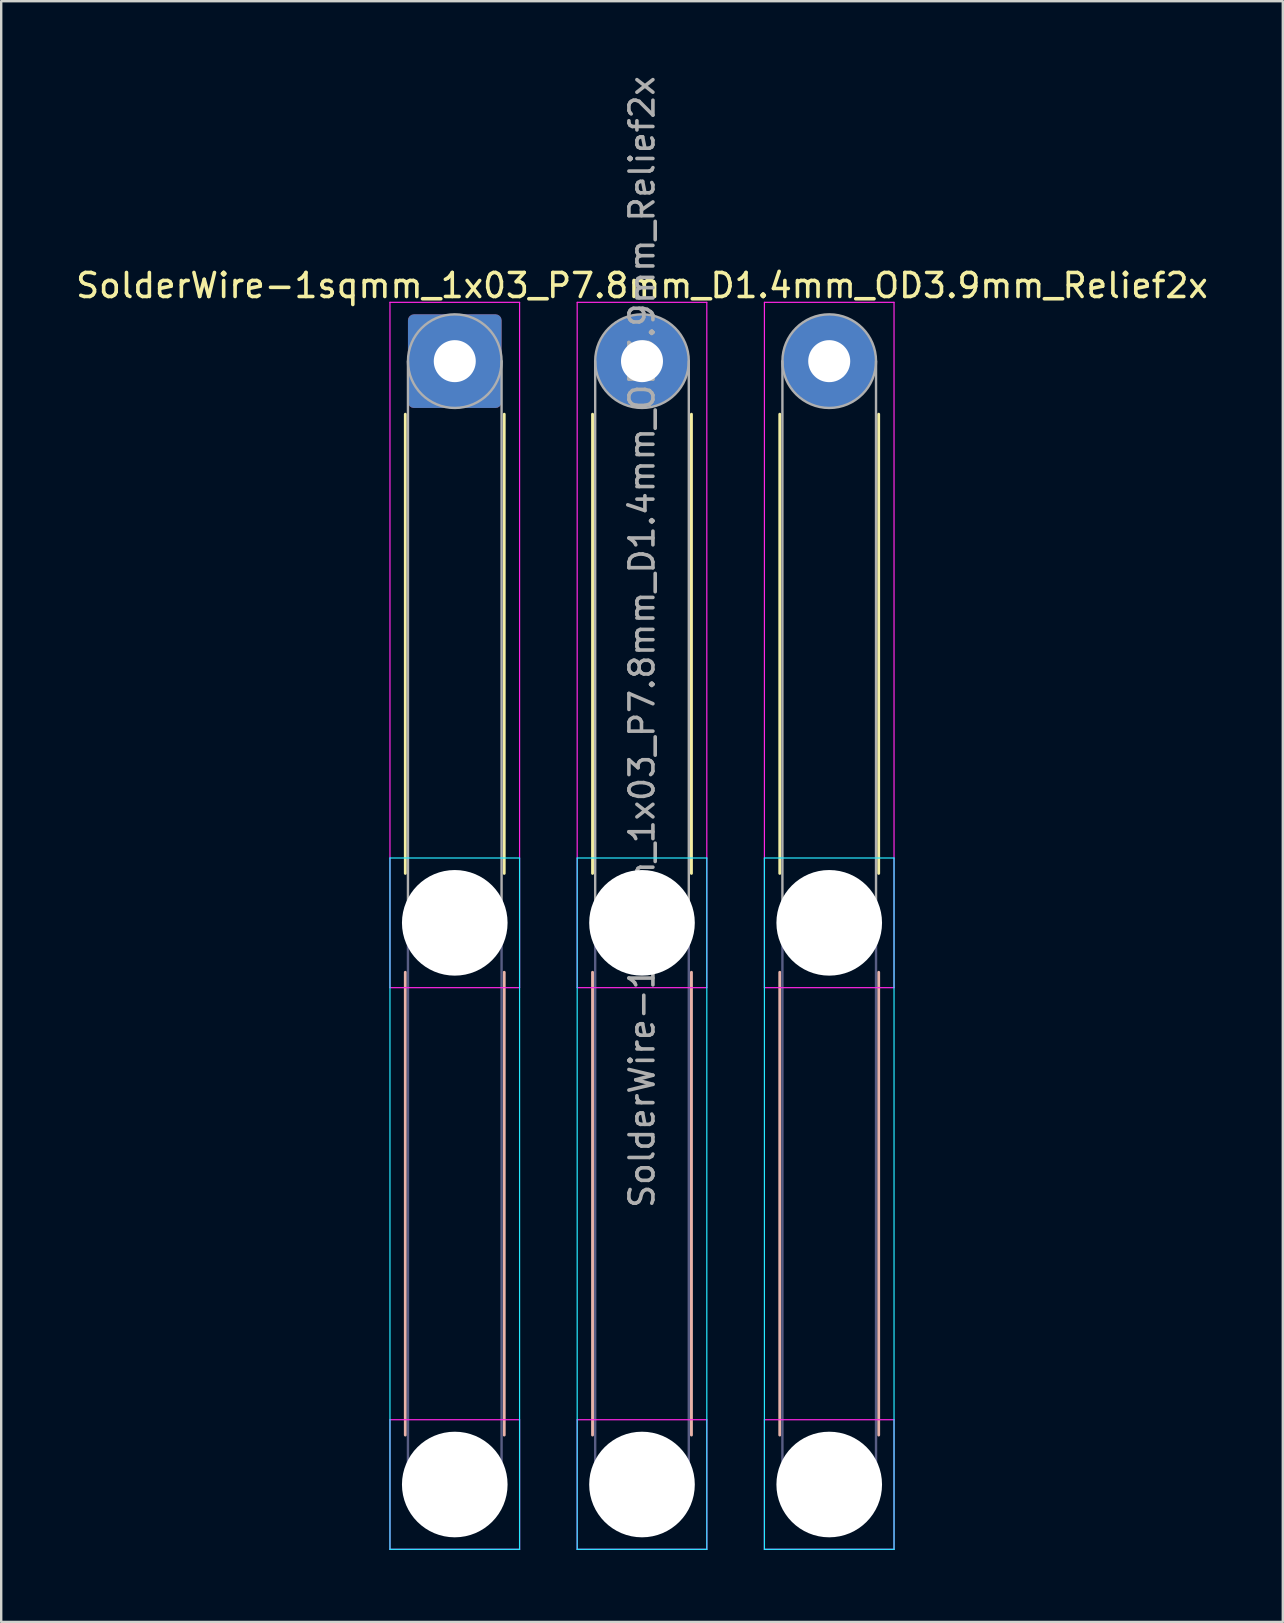
<source format=kicad_pcb>
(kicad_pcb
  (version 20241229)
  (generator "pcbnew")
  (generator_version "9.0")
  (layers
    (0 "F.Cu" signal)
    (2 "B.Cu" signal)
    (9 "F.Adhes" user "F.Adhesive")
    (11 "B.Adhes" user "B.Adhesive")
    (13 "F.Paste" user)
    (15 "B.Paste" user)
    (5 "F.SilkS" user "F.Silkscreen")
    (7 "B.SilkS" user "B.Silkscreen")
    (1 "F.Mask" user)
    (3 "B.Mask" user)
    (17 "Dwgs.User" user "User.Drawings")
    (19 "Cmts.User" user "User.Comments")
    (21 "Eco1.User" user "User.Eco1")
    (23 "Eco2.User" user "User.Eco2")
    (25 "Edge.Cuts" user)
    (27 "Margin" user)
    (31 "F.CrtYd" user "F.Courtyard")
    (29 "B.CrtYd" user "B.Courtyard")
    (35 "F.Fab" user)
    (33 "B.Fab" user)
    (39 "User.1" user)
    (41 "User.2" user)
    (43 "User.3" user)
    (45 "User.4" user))
  (footprint "SolderWire-1sqmm_1x03_P7.8mm_D1.4mm_OD3.9mm_Relief2x"
    (layer "F.Cu")
    (at 15.896 11.996)
    (property "Reference" "SolderWire-1sqmm_1x03_P7.8mm_D1.4mm_OD3.9mm_Relief2x" (at 7.8 -3.15 0) (layer "F.SilkS") (effects (font (size 1 1) (thickness 0.15))))
    (attr exclude_from_pos_files exclude_from_bom)
    (fp_line (start -2.06 2.21) (end -2.06 21.34) (stroke (width 0.12) (type solid)) (layer "F.SilkS"))
    (fp_line (start 2.06 2.21) (end 2.06 21.34) (stroke (width 0.12) (type solid)) (layer "F.SilkS"))
    (fp_line (start 5.74 2.21) (end 5.74 21.34) (stroke (width 0.12) (type solid)) (layer "F.SilkS"))
    (fp_line (start 9.86 2.21) (end 9.86 21.34) (stroke (width 0.12) (type solid)) (layer "F.SilkS"))
    (fp_line (start 13.54 2.21) (end 13.54 21.34) (stroke (width 0.12) (type solid)) (layer "F.SilkS"))
    (fp_line (start 17.66 2.21) (end 17.66 21.34) (stroke (width 0.12) (type solid)) (layer "F.SilkS"))
    (fp_line (start -2.06 25.46) (end -2.06 44.74) (stroke (width 0.12) (type solid)) (layer "B.SilkS"))
    (fp_line (start 2.06 25.46) (end 2.06 44.74) (stroke (width 0.12) (type solid)) (layer "B.SilkS"))
    (fp_line (start 5.74 25.46) (end 5.74 44.74) (stroke (width 0.12) (type solid)) (layer "B.SilkS"))
    (fp_line (start 9.86 25.46) (end 9.86 44.74) (stroke (width 0.12) (type solid)) (layer "B.SilkS"))
    (fp_line (start 13.54 25.46) (end 13.54 44.74) (stroke (width 0.12) (type solid)) (layer "B.SilkS"))
    (fp_line (start 17.66 25.46) (end 17.66 44.74) (stroke (width 0.12) (type solid)) (layer "B.SilkS"))
    (fp_line (start -2.7 20.7) (end -2.7 49.5) (stroke (width 0.05) (type solid)) (layer "B.CrtYd"))
    (fp_line (start -2.7 49.5) (end 2.7 49.5) (stroke (width 0.05) (type solid)) (layer "B.CrtYd"))
    (fp_line (start 2.7 20.7) (end -2.7 20.7) (stroke (width 0.05) (type solid)) (layer "B.CrtYd"))
    (fp_line (start 2.7 49.5) (end 2.7 20.7) (stroke (width 0.05) (type solid)) (layer "B.CrtYd"))
    (fp_line (start 5.1 20.7) (end 5.1 49.5) (stroke (width 0.05) (type solid)) (layer "B.CrtYd"))
    (fp_line (start 5.1 49.5) (end 10.5 49.5) (stroke (width 0.05) (type solid)) (layer "B.CrtYd"))
    (fp_line (start 10.5 20.7) (end 5.1 20.7) (stroke (width 0.05) (type solid)) (layer "B.CrtYd"))
    (fp_line (start 10.5 49.5) (end 10.5 20.7) (stroke (width 0.05) (type solid)) (layer "B.CrtYd"))
    (fp_line (start 12.9 20.7) (end 12.9 49.5) (stroke (width 0.05) (type solid)) (layer "B.CrtYd"))
    (fp_line (start 12.9 49.5) (end 18.3 49.5) (stroke (width 0.05) (type solid)) (layer "B.CrtYd"))
    (fp_line (start 18.3 20.7) (end 12.9 20.7) (stroke (width 0.05) (type solid)) (layer "B.CrtYd"))
    (fp_line (start 18.3 49.5) (end 18.3 20.7) (stroke (width 0.05) (type solid)) (layer "B.CrtYd"))
    (fp_line (start -2.7 -2.45) (end -2.7 26.1) (stroke (width 0.05) (type solid)) (layer "F.CrtYd"))
    (fp_line (start -2.7 26.1) (end 2.7 26.1) (stroke (width 0.05) (type solid)) (layer "F.CrtYd"))
    (fp_line (start -2.7 44.1) (end -2.7 49.5) (stroke (width 0.05) (type solid)) (layer "F.CrtYd"))
    (fp_line (start -2.7 49.5) (end 2.7 49.5) (stroke (width 0.05) (type solid)) (layer "F.CrtYd"))
    (fp_line (start 2.7 -2.45) (end -2.7 -2.45) (stroke (width 0.05) (type solid)) (layer "F.CrtYd"))
    (fp_line (start 2.7 26.1) (end 2.7 -2.45) (stroke (width 0.05) (type solid)) (layer "F.CrtYd"))
    (fp_line (start 2.7 44.1) (end -2.7 44.1) (stroke (width 0.05) (type solid)) (layer "F.CrtYd"))
    (fp_line (start 2.7 49.5) (end 2.7 44.1) (stroke (width 0.05) (type solid)) (layer "F.CrtYd"))
    (fp_line (start 5.1 -2.45) (end 5.1 26.1) (stroke (width 0.05) (type solid)) (layer "F.CrtYd"))
    (fp_line (start 5.1 26.1) (end 10.5 26.1) (stroke (width 0.05) (type solid)) (layer "F.CrtYd"))
    (fp_line (start 5.1 44.1) (end 5.1 49.5) (stroke (width 0.05) (type solid)) (layer "F.CrtYd"))
    (fp_line (start 5.1 49.5) (end 10.5 49.5) (stroke (width 0.05) (type solid)) (layer "F.CrtYd"))
    (fp_line (start 10.5 -2.45) (end 5.1 -2.45) (stroke (width 0.05) (type solid)) (layer "F.CrtYd"))
    (fp_line (start 10.5 26.1) (end 10.5 -2.45) (stroke (width 0.05) (type solid)) (layer "F.CrtYd"))
    (fp_line (start 10.5 44.1) (end 5.1 44.1) (stroke (width 0.05) (type solid)) (layer "F.CrtYd"))
    (fp_line (start 10.5 49.5) (end 10.5 44.1) (stroke (width 0.05) (type solid)) (layer "F.CrtYd"))
    (fp_line (start 12.9 -2.45) (end 12.9 26.1) (stroke (width 0.05) (type solid)) (layer "F.CrtYd"))
    (fp_line (start 12.9 26.1) (end 18.3 26.1) (stroke (width 0.05) (type solid)) (layer "F.CrtYd"))
    (fp_line (start 12.9 44.1) (end 12.9 49.5) (stroke (width 0.05) (type solid)) (layer "F.CrtYd"))
    (fp_line (start 12.9 49.5) (end 18.3 49.5) (stroke (width 0.05) (type solid)) (layer "F.CrtYd"))
    (fp_line (start 18.3 -2.45) (end 12.9 -2.45) (stroke (width 0.05) (type solid)) (layer "F.CrtYd"))
    (fp_line (start 18.3 26.1) (end 18.3 -2.45) (stroke (width 0.05) (type solid)) (layer "F.CrtYd"))
    (fp_line (start 18.3 44.1) (end 12.9 44.1) (stroke (width 0.05) (type solid)) (layer "F.CrtYd"))
    (fp_line (start 18.3 49.5) (end 18.3 44.1) (stroke (width 0.05) (type solid)) (layer "F.CrtYd"))
    (fp_line (start -1.95 23.4) (end -1.95 46.8) (stroke (width 0.1) (type solid)) (layer "B.Fab"))
    (fp_line (start 1.95 23.4) (end 1.95 46.8) (stroke (width 0.1) (type solid)) (layer "B.Fab"))
    (fp_line (start 5.85 23.4) (end 5.85 46.8) (stroke (width 0.1) (type solid)) (layer "B.Fab"))
    (fp_line (start 9.75 23.4) (end 9.75 46.8) (stroke (width 0.1) (type solid)) (layer "B.Fab"))
    (fp_line (start 13.65 23.4) (end 13.65 46.8) (stroke (width 0.1) (type solid)) (layer "B.Fab"))
    (fp_line (start 17.55 23.4) (end 17.55 46.8) (stroke (width 0.1) (type solid)) (layer "B.Fab"))
    (fp_circle (center 0 23.4) (end 1.95 23.4) (stroke (width 0.1) (type solid)) (fill no) (layer "B.Fab"))
    (fp_circle (center 0 46.8) (end 1.95 46.8) (stroke (width 0.1) (type solid)) (fill no) (layer "B.Fab"))
    (fp_circle (center 7.8 23.4) (end 9.75 23.4) (stroke (width 0.1) (type solid)) (fill no) (layer "B.Fab"))
    (fp_circle (center 7.8 46.8) (end 9.75 46.8) (stroke (width 0.1) (type solid)) (fill no) (layer "B.Fab"))
    (fp_circle (center 15.6 23.4) (end 17.55 23.4) (stroke (width 0.1) (type solid)) (fill no) (layer "B.Fab"))
    (fp_circle (center 15.6 46.8) (end 17.55 46.8) (stroke (width 0.1) (type solid)) (fill no) (layer "B.Fab"))
    (fp_line (start -1.95 0) (end -1.95 23.4) (stroke (width 0.1) (type solid)) (layer "F.Fab"))
    (fp_line (start 1.95 0) (end 1.95 23.4) (stroke (width 0.1) (type solid)) (layer "F.Fab"))
    (fp_line (start 5.85 0) (end 5.85 23.4) (stroke (width 0.1) (type solid)) (layer "F.Fab"))
    (fp_line (start 9.75 0) (end 9.75 23.4) (stroke (width 0.1) (type solid)) (layer "F.Fab"))
    (fp_line (start 13.65 0) (end 13.65 23.4) (stroke (width 0.1) (type solid)) (layer "F.Fab"))
    (fp_line (start 17.55 0) (end 17.55 23.4) (stroke (width 0.1) (type solid)) (layer "F.Fab"))
    (fp_circle (center 0 0) (end 1.95 0) (stroke (width 0.1) (type solid)) (fill no) (layer "F.Fab"))
    (fp_circle (center 0 23.4) (end 1.95 23.4) (stroke (width 0.1) (type solid)) (fill no) (layer "F.Fab"))
    (fp_circle (center 0 46.8) (end 1.95 46.8) (stroke (width 0.1) (type solid)) (fill no) (layer "F.Fab"))
    (fp_circle (center 7.8 0) (end 9.75 0) (stroke (width 0.1) (type solid)) (fill no) (layer "F.Fab"))
    (fp_circle (center 7.8 23.4) (end 9.75 23.4) (stroke (width 0.1) (type solid)) (fill no) (layer "F.Fab"))
    (fp_circle (center 7.8 46.8) (end 9.75 46.8) (stroke (width 0.1) (type solid)) (fill no) (layer "F.Fab"))
    (fp_circle (center 15.6 0) (end 17.55 0) (stroke (width 0.1) (type solid)) (fill no) (layer "F.Fab"))
    (fp_circle (center 15.6 23.4) (end 17.55 23.4) (stroke (width 0.1) (type solid)) (fill no) (layer "F.Fab"))
    (fp_circle (center 15.6 46.8) (end 17.55 46.8) (stroke (width 0.1) (type solid)) (fill no) (layer "F.Fab"))
    (fp_text user "${REFERENCE}" (at 7.8 11.7 90) (layer "F.Fab") (effects (font (size 1 1) (thickness 0.15))))
    (pad "" np_thru_hole circle (at 0 23.4) (size 4.4 4.4) (drill 4.4) (layers "*.Cu" "*.Mask"))
    (pad "" np_thru_hole circle (at 0 46.8) (size 4.4 4.4) (drill 4.4) (layers "*.Cu" "*.Mask"))
    (pad "" np_thru_hole circle (at 7.8 23.4) (size 4.4 4.4) (drill 4.4) (layers "*.Cu" "*.Mask"))
    (pad "" np_thru_hole circle (at 7.8 46.8) (size 4.4 4.4) (drill 4.4) (layers "*.Cu" "*.Mask"))
    (pad "" np_thru_hole circle (at 15.6 23.4) (size 4.4 4.4) (drill 4.4) (layers "*.Cu" "*.Mask"))
    (pad "" np_thru_hole circle (at 15.6 46.8) (size 4.4 4.4) (drill 4.4) (layers "*.Cu" "*.Mask"))
    (pad "1" thru_hole roundrect (at 0 0) (size 3.9 3.9) (drill 1.75) (layers "*.Cu" "*.Mask") (roundrect_rratio 0.064))
    (pad "2" thru_hole circle (at 7.8 0) (size 3.9 3.9) (drill 1.75) (layers "*.Cu" "*.Mask"))
    (pad "3" thru_hole circle (at 15.6 0) (size 3.9 3.9) (drill 1.75) (layers "*.Cu" "*.Mask")))
  (gr_rect
    (start -3 -3)
    (end 50.393 64.521)
    (stroke (width 0.1) (type default))
    (fill no)
    (layer "Edge.Cuts")))
</source>
